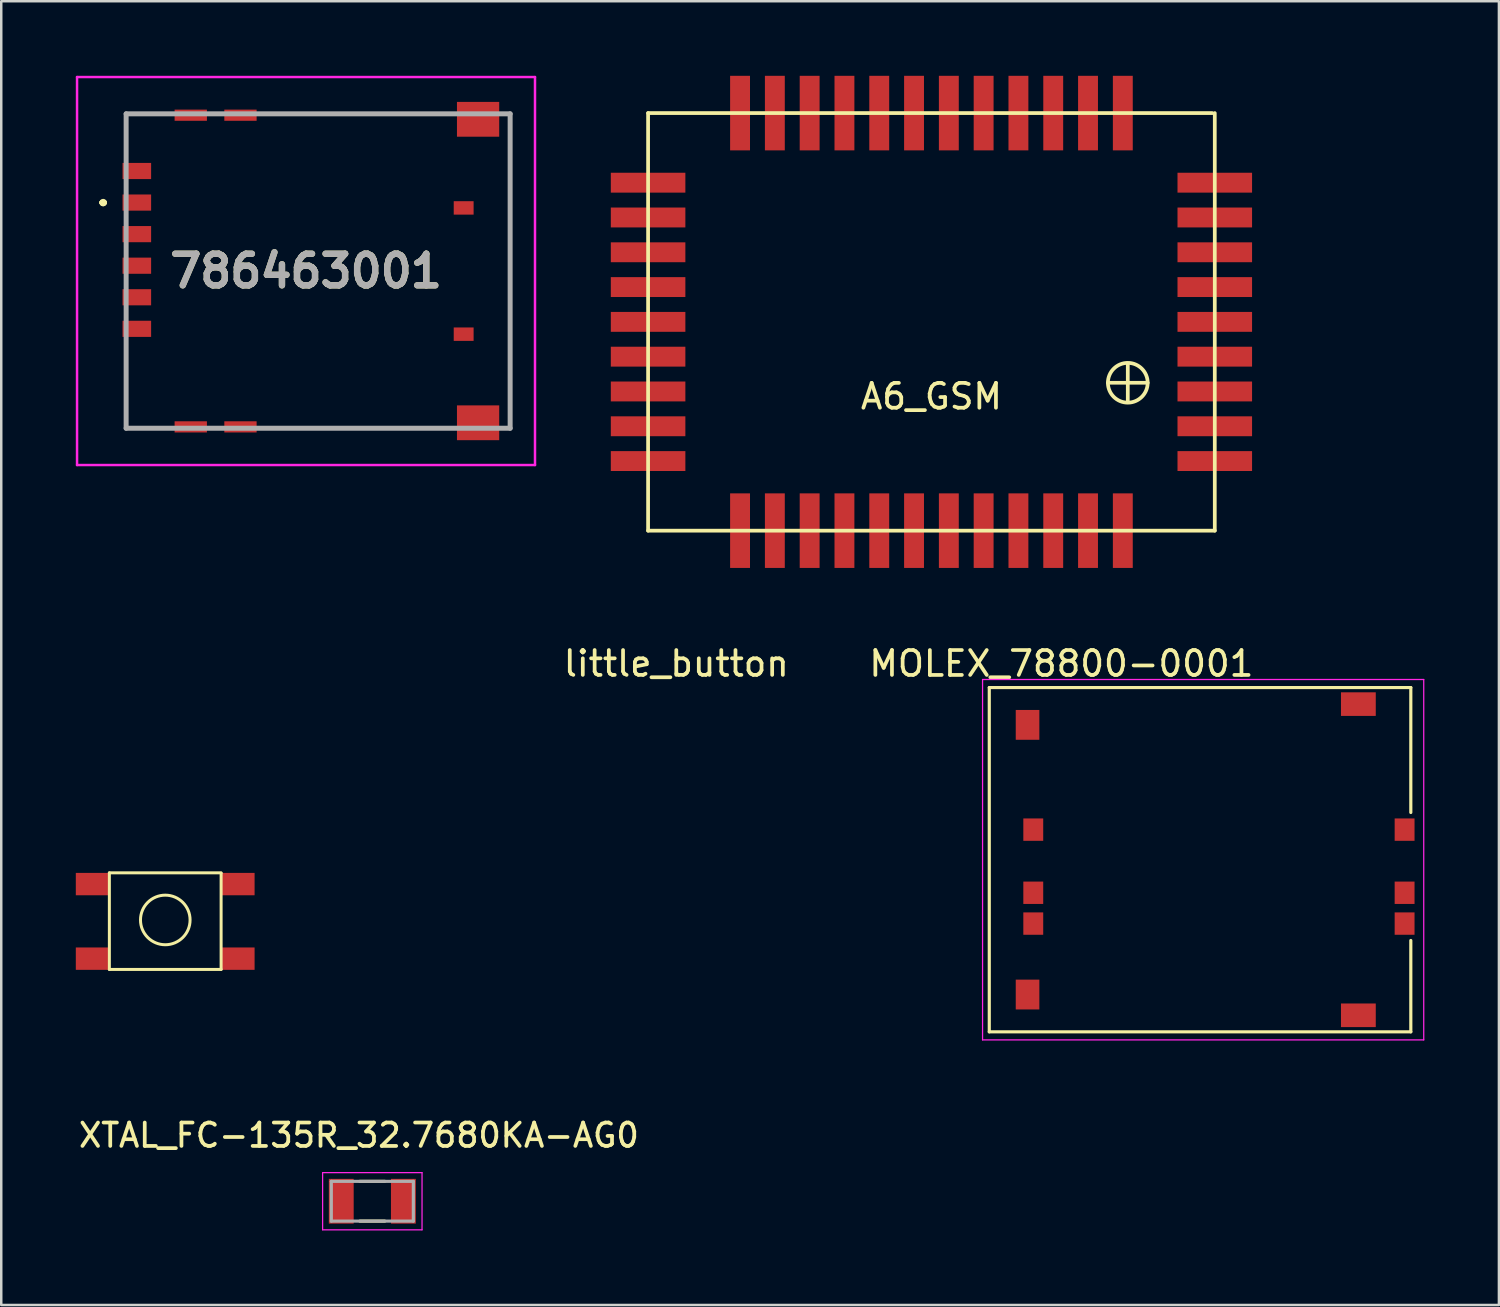
<source format=kicad_pcb>
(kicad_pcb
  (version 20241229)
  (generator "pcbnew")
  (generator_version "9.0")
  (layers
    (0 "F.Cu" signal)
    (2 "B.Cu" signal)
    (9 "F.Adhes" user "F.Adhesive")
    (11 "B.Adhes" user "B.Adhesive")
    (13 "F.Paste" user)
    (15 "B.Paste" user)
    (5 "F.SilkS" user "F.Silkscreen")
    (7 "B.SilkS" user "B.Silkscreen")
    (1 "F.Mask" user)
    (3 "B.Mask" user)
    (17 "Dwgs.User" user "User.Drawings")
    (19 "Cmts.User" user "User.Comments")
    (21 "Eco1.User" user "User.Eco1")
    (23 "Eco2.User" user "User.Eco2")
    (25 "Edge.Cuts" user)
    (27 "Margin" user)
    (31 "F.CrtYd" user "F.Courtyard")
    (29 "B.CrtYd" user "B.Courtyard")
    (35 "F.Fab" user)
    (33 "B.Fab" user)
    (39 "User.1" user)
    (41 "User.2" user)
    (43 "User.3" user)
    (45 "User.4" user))
  (footprint "A6_GSM"
    (layer "F.Cu")
    (at 34.425 9.9)
    (property "Reference" "A6_GSM" (at 0 3 0) (layer "F.SilkS") (effects (font (size 1 1) (thickness 0.15))))
    (attr through_hole)
    (fp_line (start -11.4 -8.4) (end 11.3 -8.4) (stroke (width 0.15) (type solid)) (layer "F.SilkS"))
    (fp_line (start -11.4 8.4) (end -11.4 -8.4) (stroke (width 0.15) (type solid)) (layer "F.SilkS"))
    (fp_line (start 7.1 2.45) (end 8.7 2.45) (stroke (width 0.15) (type solid)) (layer "F.SilkS"))
    (fp_line (start 7.9 1.7) (end 7.9 3.2) (stroke (width 0.15) (type solid)) (layer "F.SilkS"))
    (fp_line (start 11.4 -8.4) (end 11.4 8.4) (stroke (width 0.15) (type solid)) (layer "F.SilkS"))
    (fp_line (start 11.4 8.4) (end -11.4 8.4) (stroke (width 0.15) (type solid)) (layer "F.SilkS"))
    (fp_circle (center 7.9 2.45) (end 7.9 3.25) (stroke (width 0.15) (type solid)) (fill no) (layer "F.SilkS"))
    (pad "1" smd rect (at 7.7 -8.4) (size 0.8 3) (layers "F.Cu" "F.Mask" "F.Paste"))
    (pad "2" smd rect (at 6.3 -8.4) (size 0.8 3) (layers "F.Cu" "F.Mask" "F.Paste"))
    (pad "3" smd rect (at 4.9 -8.4) (size 0.8 3) (layers "F.Cu" "F.Mask" "F.Paste"))
    (pad "4" smd rect (at 3.5 -8.4) (size 0.8 3) (layers "F.Cu" "F.Mask" "F.Paste"))
    (pad "5" smd rect (at 2.1 -8.4) (size 0.8 3) (layers "F.Cu" "F.Mask" "F.Paste"))
    (pad "6" smd rect (at 0.7 -8.4) (size 0.8 3) (layers "F.Cu" "F.Mask" "F.Paste"))
    (pad "7" smd rect (at -0.7 -8.4) (size 0.8 3) (layers "F.Cu" "F.Mask" "F.Paste"))
    (pad "8" smd rect (at -2.1 -8.4) (size 0.8 3) (layers "F.Cu" "F.Mask" "F.Paste"))
    (pad "9" smd rect (at -3.5 -8.4) (size 0.8 3) (layers "F.Cu" "F.Mask" "F.Paste"))
    (pad "10" smd rect (at -4.9 -8.4) (size 0.8 3) (layers "F.Cu" "F.Mask" "F.Paste"))
    (pad "11" smd rect (at -6.3 -8.4) (size 0.8 3) (layers "F.Cu" "F.Mask" "F.Paste"))
    (pad "12" smd rect (at -7.7 -8.4) (size 0.8 3) (layers "F.Cu" "F.Mask" "F.Paste"))
    (pad "13" smd rect (at -11.4 -5.6 90) (size 0.8 3) (layers "F.Cu" "F.Mask" "F.Paste"))
    (pad "14" smd rect (at -11.4 -4.2 90) (size 0.8 3) (layers "F.Cu" "F.Mask" "F.Paste"))
    (pad "15" smd rect (at -11.4 -2.8 90) (size 0.8 3) (layers "F.Cu" "F.Mask" "F.Paste"))
    (pad "16" smd rect (at -11.4 -1.4 90) (size 0.8 3) (layers "F.Cu" "F.Mask" "F.Paste"))
    (pad "17" smd rect (at -11.4 0 90) (size 0.8 3) (layers "F.Cu" "F.Mask" "F.Paste"))
    (pad "18" smd rect (at -11.4 1.4 90) (size 0.8 3) (layers "F.Cu" "F.Mask" "F.Paste"))
    (pad "19" smd rect (at -11.4 2.8 90) (size 0.8 3) (layers "F.Cu" "F.Mask" "F.Paste"))
    (pad "20" smd rect (at -11.4 4.2 90) (size 0.8 3) (layers "F.Cu" "F.Mask" "F.Paste"))
    (pad "21" smd rect (at -11.4 5.6 90) (size 0.8 3) (layers "F.Cu" "F.Mask" "F.Paste"))
    (pad "22" smd rect (at -7.7 8.4 180) (size 0.8 3) (layers "F.Cu" "F.Mask" "F.Paste"))
    (pad "23" smd rect (at -6.3 8.4 180) (size 0.8 3) (layers "F.Cu" "F.Mask" "F.Paste"))
    (pad "24" smd rect (at -4.9 8.4 180) (size 0.8 3) (layers "F.Cu" "F.Mask" "F.Paste"))
    (pad "25" smd rect (at -3.5 8.4 180) (size 0.8 3) (layers "F.Cu" "F.Mask" "F.Paste"))
    (pad "26" smd rect (at -2.1 8.4 180) (size 0.8 3) (layers "F.Cu" "F.Mask" "F.Paste"))
    (pad "27" smd rect (at -0.7 8.4 180) (size 0.8 3) (layers "F.Cu" "F.Mask" "F.Paste"))
    (pad "28" smd rect (at 0.7 8.4 180) (size 0.8 3) (layers "F.Cu" "F.Mask" "F.Paste"))
    (pad "29" smd rect (at 2.1 8.4 180) (size 0.8 3) (layers "F.Cu" "F.Mask" "F.Paste"))
    (pad "30" smd rect (at 3.5 8.4 180) (size 0.8 3) (layers "F.Cu" "F.Mask" "F.Paste"))
    (pad "31" smd rect (at 4.9 8.4 180) (size 0.8 3) (layers "F.Cu" "F.Mask" "F.Paste"))
    (pad "32" smd rect (at 6.3 8.4 180) (size 0.8 3) (layers "F.Cu" "F.Mask" "F.Paste"))
    (pad "33" smd rect (at 7.7 8.4 180) (size 0.8 3) (layers "F.Cu" "F.Mask" "F.Paste"))
    (pad "34" smd rect (at 11.4 5.6 90) (size 0.8 3) (layers "F.Cu" "F.Mask" "F.Paste"))
    (pad "35" smd rect (at 11.4 4.2 90) (size 0.8 3) (layers "F.Cu" "F.Mask" "F.Paste"))
    (pad "36" smd rect (at 11.4 2.8 90) (size 0.8 3) (layers "F.Cu" "F.Mask" "F.Paste"))
    (pad "37" smd rect (at 11.4 1.4 90) (size 0.8 3) (layers "F.Cu" "F.Mask" "F.Paste"))
    (pad "38" smd rect (at 11.4 0 90) (size 0.8 3) (layers "F.Cu" "F.Mask" "F.Paste"))
    (pad "39" smd rect (at 11.4 -1.4 90) (size 0.8 3) (layers "F.Cu" "F.Mask" "F.Paste"))
    (pad "40" smd rect (at 11.4 -2.8 90) (size 0.8 3) (layers "F.Cu" "F.Mask" "F.Paste"))
    (pad "41" smd rect (at 11.4 -4.2 90) (size 0.8 3) (layers "F.Cu" "F.Mask" "F.Paste"))
    (pad "42" smd rect (at 11.4 -5.6 90) (size 0.8 3) (layers "F.Cu" "F.Mask" "F.Paste")))
  (footprint "MOLEX_78800-0001"
    (layer "F.Cu")
    (at 45.232 31.539)
    (property "Reference" "MOLEX_78800-0001" (at -5.579 -7.89 0) (layer "F.SilkS") (effects (font (size 1.001 1.001) (thickness 0.15))))
    (attr through_hole)
    (fp_line (start -8.48 -6.925) (end 8.48 -6.925) (stroke (width 0.127) (type solid)) (layer "F.SilkS"))
    (fp_line (start -8.48 6.925) (end -8.48 -6.925) (stroke (width 0.127) (type solid)) (layer "F.SilkS"))
    (fp_line (start 8.48 -6.925) (end 8.48 -1.9) (stroke (width 0.127) (type solid)) (layer "F.SilkS"))
    (fp_line (start 8.48 6.925) (end -8.48 6.925) (stroke (width 0.127) (type solid)) (layer "F.SilkS"))
    (fp_line (start 8.48 6.925) (end 8.48 3.25) (stroke (width 0.127) (type solid)) (layer "F.SilkS"))
    (fp_line (start -8.75 -7.25) (end 9 -7.25) (stroke (width 0.05) (type solid)) (layer "F.CrtYd"))
    (fp_line (start -8.75 7.25) (end -8.75 -7.25) (stroke (width 0.05) (type solid)) (layer "F.CrtYd"))
    (fp_line (start 9 -7.25) (end 9 7.25) (stroke (width 0.05) (type solid)) (layer "F.CrtYd"))
    (fp_line (start 9 7.25) (end -8.75 7.25) (stroke (width 0.05) (type solid)) (layer "F.CrtYd"))
    (pad "1" smd rect (at -6.71 2.57) (size 0.8 0.9) (layers "F.Cu" "F.Mask" "F.Paste"))
    (pad "2" smd rect (at -6.71 1.33) (size 0.8 0.9) (layers "F.Cu" "F.Mask" "F.Paste"))
    (pad "3" smd rect (at -6.71 -1.21) (size 0.8 0.9) (layers "F.Cu" "F.Mask" "F.Paste"))
    (pad "5" smd rect (at 8.23 2.57) (size 0.8 0.9) (layers "F.Cu" "F.Mask" "F.Paste"))
    (pad "6" smd rect (at 8.23 1.33) (size 0.8 0.9) (layers "F.Cu" "F.Mask" "F.Paste"))
    (pad "7" smd rect (at 8.23 -1.21) (size 0.8 0.9) (layers "F.Cu" "F.Mask" "F.Paste"))
    (pad "P1" smd rect (at -6.94 -5.425) (size 0.95 1.2) (layers "F.Cu" "F.Mask" "F.Paste"))
    (pad "P2" smd rect (at -6.94 5.425) (size 0.95 1.2) (layers "F.Cu" "F.Mask" "F.Paste"))
    (pad "P3" smd rect (at 6.37 6.26) (size 1.4 0.95) (layers "F.Cu" "F.Mask" "F.Paste"))
    (pad "P4" smd rect (at 6.37 -6.26) (size 1.4 0.95) (layers "F.Cu" "F.Mask" "F.Paste")))
  (footprint "786463001"
    (layer "F.Cu")
    (at 9.75 7.855)
    (property "Reference" "786463001" (at -0.488 0 0) (layer "F.SilkS") (effects (font (size 1.27 1.27) (thickness 0.254))))
    (attr smd)
    (fp_line (start -8.7 -2.755) (end -8.7 -2.755) (stroke (width 0.2) (type solid)) (layer "F.SilkS"))
    (fp_line (start -8.7 -2.755) (end -8.7 -2.755) (stroke (width 0.2) (type solid)) (layer "F.SilkS"))
    (fp_line (start -8.6 -2.755) (end -8.6 -2.755) (stroke (width 0.2) (type solid)) (layer "F.SilkS"))
    (fp_line (start -7.75 6.325) (end -7.75 6.325) (stroke (width 0.1) (type solid)) (layer "F.SilkS"))
    (fp_line (start -7.75 6.325) (end -6.5 6.325) (stroke (width 0.1) (type solid)) (layer "F.SilkS"))
    (fp_line (start -7.725 -6.325) (end -7.725 -6.325) (stroke (width 0.1) (type solid)) (layer "F.SilkS"))
    (fp_line (start -7.725 -6.325) (end -7.725 -6.325) (stroke (width 0.1) (type solid)) (layer "F.SilkS"))
    (fp_line (start -7.725 -6.325) (end -7.725 -5) (stroke (width 0.1) (type solid)) (layer "F.SilkS"))
    (fp_line (start -7.725 -6.325) (end -6.5 -6.325) (stroke (width 0.1) (type solid)) (layer "F.SilkS"))
    (fp_line (start -7.725 -5) (end -7.725 -6.325) (stroke (width 0.1) (type solid)) (layer "F.SilkS"))
    (fp_line (start -7.725 -5) (end -7.725 -5) (stroke (width 0.1) (type solid)) (layer "F.SilkS"))
    (fp_line (start -7.725 3.25) (end -7.725 3.25) (stroke (width 0.1) (type solid)) (layer "F.SilkS"))
    (fp_line (start -7.725 3.25) (end -7.725 6.325) (stroke (width 0.1) (type solid)) (layer "F.SilkS"))
    (fp_line (start -7.725 6.325) (end -7.725 3.25) (stroke (width 0.1) (type solid)) (layer "F.SilkS"))
    (fp_line (start -7.725 6.325) (end -7.725 6.325) (stroke (width 0.1) (type solid)) (layer "F.SilkS"))
    (fp_line (start -6.5 -6.325) (end -7.725 -6.325) (stroke (width 0.1) (type solid)) (layer "F.SilkS"))
    (fp_line (start -6.5 -6.325) (end -6.5 -6.325) (stroke (width 0.1) (type solid)) (layer "F.SilkS"))
    (fp_line (start -6.5 6.325) (end -7.75 6.325) (stroke (width 0.1) (type solid)) (layer "F.SilkS"))
    (fp_line (start -6.5 6.325) (end -6.5 6.325) (stroke (width 0.1) (type solid)) (layer "F.SilkS"))
    (fp_line (start -1.75 -6.325) (end -1.75 -6.325) (stroke (width 0.1) (type solid)) (layer "F.SilkS"))
    (fp_line (start -1.75 -6.325) (end 5 -6.325) (stroke (width 0.1) (type solid)) (layer "F.SilkS"))
    (fp_line (start -1.75 6.325) (end -1.75 6.325) (stroke (width 0.1) (type solid)) (layer "F.SilkS"))
    (fp_line (start -1.75 6.325) (end 5 6.325) (stroke (width 0.1) (type solid)) (layer "F.SilkS"))
    (fp_line (start 5 -6.325) (end -1.75 -6.325) (stroke (width 0.1) (type solid)) (layer "F.SilkS"))
    (fp_line (start 5 -6.325) (end 5 -6.325) (stroke (width 0.1) (type solid)) (layer "F.SilkS"))
    (fp_line (start 5 6.325) (end -1.75 6.325) (stroke (width 0.1) (type solid)) (layer "F.SilkS"))
    (fp_line (start 5 6.325) (end 5 6.325) (stroke (width 0.1) (type solid)) (layer "F.SilkS"))
    (fp_line (start 7.725 -4.75) (end 7.725 -4.75) (stroke (width 0.1) (type solid)) (layer "F.SilkS"))
    (fp_line (start 7.725 -4.75) (end 7.725 4.75) (stroke (width 0.1) (type solid)) (layer "F.SilkS"))
    (fp_line (start 7.725 4.75) (end 7.725 -4.75) (stroke (width 0.1) (type solid)) (layer "F.SilkS"))
    (fp_line (start 7.725 4.75) (end 7.725 4.75) (stroke (width 0.1) (type solid)) (layer "F.SilkS"))
    (fp_arc (start -8.7 -2.755) (mid -8.65 -2.805) (end -8.6 -2.755) (stroke (width 0.2) (type solid)) (layer "F.SilkS"))
    (fp_arc (start -8.6 -2.755) (mid -8.65 -2.705) (end -8.7 -2.755) (stroke (width 0.2) (type solid)) (layer "F.SilkS"))
    (fp_arc (start -8.6 -2.755) (mid -8.65 -2.705) (end -8.7 -2.755) (stroke (width 0.2) (type solid)) (layer "F.SilkS"))
    (fp_line (start -9.7 -7.805) (end 8.725 -7.805) (stroke (width 0.1) (type solid)) (layer "F.CrtYd"))
    (fp_line (start -9.7 7.805) (end -9.7 -7.805) (stroke (width 0.1) (type solid)) (layer "F.CrtYd"))
    (fp_line (start 8.725 -7.805) (end 8.725 7.805) (stroke (width 0.1) (type solid)) (layer "F.CrtYd"))
    (fp_line (start 8.725 7.805) (end -9.7 7.805) (stroke (width 0.1) (type solid)) (layer "F.CrtYd"))
    (fp_line (start -7.725 -6.325) (end -7.725 6.325) (stroke (width 0.2) (type solid)) (layer "F.Fab"))
    (fp_line (start -7.725 6.325) (end 7.725 6.325) (stroke (width 0.2) (type solid)) (layer "F.Fab"))
    (fp_line (start 7.725 -6.325) (end -7.725 -6.325) (stroke (width 0.2) (type solid)) (layer "F.Fab"))
    (fp_line (start 7.725 6.325) (end 7.725 -6.325) (stroke (width 0.2) (type solid)) (layer "F.Fab"))
    (fp_text user "${REFERENCE}" (at -0.488 0 0) (layer "F.Fab") (effects (font (size 1.27 1.27) (thickness 0.254))))
    (pad "C1" smd rect (at -7.295 -2.755 90) (size 0.65 1.15) (layers "F.Cu" "F.Mask" "F.Paste"))
    (pad "C2" smd rect (at -7.295 -0.215 90) (size 0.65 1.15) (layers "F.Cu" "F.Mask" "F.Paste"))
    (pad "C3" smd rect (at -7.295 2.325 90) (size 0.65 1.15) (layers "F.Cu" "F.Mask" "F.Paste"))
    (pad "C5" smd rect (at -7.295 -4.025 90) (size 0.65 1.15) (layers "F.Cu" "F.Mask" "F.Paste"))
    (pad "C6" smd rect (at -7.295 -1.485 90) (size 0.65 1.15) (layers "F.Cu" "F.Mask" "F.Paste"))
    (pad "C7" smd rect (at -7.295 1.055 90) (size 0.65 1.15) (layers "F.Cu" "F.Mask" "F.Paste"))
    (pad "G1" smd rect (at -5.125 -6.27 90) (size 0.45 1.3) (layers "F.Cu" "F.Mask" "F.Paste"))
    (pad "G2" smd rect (at -3.125 -6.27 90) (size 0.45 1.3) (layers "F.Cu" "F.Mask" "F.Paste"))
    (pad "G3" smd rect (at 6.435 -6.105 90) (size 1.4 1.7) (layers "F.Cu" "F.Mask" "F.Paste"))
    (pad "G4" smd rect (at 6.435 6.105 90) (size 1.4 1.7) (layers "F.Cu" "F.Mask" "F.Paste"))
    (pad "G5" smd rect (at -3.125 6.27 90) (size 0.45 1.3) (layers "F.Cu" "F.Mask" "F.Paste"))
    (pad "G6" smd rect (at -5.125 6.27 90) (size 0.45 1.3) (layers "F.Cu" "F.Mask" "F.Paste"))
    (pad "X1" smd rect (at 5.855 -2.54 90) (size 0.54 0.8) (layers "F.Cu" "F.Mask" "F.Paste"))
    (pad "X2" smd rect (at 5.855 2.54 90) (size 0.54 0.8) (layers "F.Cu" "F.Mask" "F.Paste")))
  (footprint "XTAL_FC-135R_32.7680KA-AG0"
    (layer "F.Cu")
    (at 11.93 45.28)
    (property "Reference" "XTAL_FC-135R_32.7680KA-AG0" (at -0.54 -2.653 0) (layer "F.SilkS") (effects (font (size 0.94 0.94) (thickness 0.15))))
    (attr through_hole)
    (fp_line (start -0.5 -0.8) (end 0.5 -0.8) (stroke (width 0.127) (type solid)) (layer "F.SilkS"))
    (fp_line (start -0.5 0.8) (end 0.5 0.8) (stroke (width 0.127) (type solid)) (layer "F.SilkS"))
    (fp_line (start -2 -1.15) (end -2 1.15) (stroke (width 0.05) (type solid)) (layer "F.CrtYd"))
    (fp_line (start -2 1.15) (end 2 1.15) (stroke (width 0.05) (type solid)) (layer "F.CrtYd"))
    (fp_line (start 2 -1.15) (end -2 -1.15) (stroke (width 0.05) (type solid)) (layer "F.CrtYd"))
    (fp_line (start 2 1.15) (end 2 -1.15) (stroke (width 0.05) (type solid)) (layer "F.CrtYd"))
    (fp_line (start -1.65 -0.8) (end 1.65 -0.8) (stroke (width 0.127) (type solid)) (layer "F.Fab"))
    (fp_line (start -1.65 0.8) (end -1.65 -0.8) (stroke (width 0.127) (type solid)) (layer "F.Fab"))
    (fp_line (start 1.65 -0.8) (end 1.65 0.8) (stroke (width 0.127) (type solid)) (layer "F.Fab"))
    (fp_line (start 1.65 0.8) (end -1.65 0.8) (stroke (width 0.127) (type solid)) (layer "F.Fab"))
    (pad "1" smd rect (at -1.25 0) (size 1 1.8) (layers "F.Cu" "F.Mask" "F.Paste"))
    (pad "2" smd rect (at 1.25 0) (size 1 1.8) (layers "F.Cu" "F.Mask" "F.Paste")))
  (footprint "little_button"
    (layer "F.Cu")
    (at 3.59 33.958)
    (property "Reference" "little_button" (at 20.57 -10.31 0) (layer "F.SilkS") (effects (font (size 1 1) (thickness 0.15))))
    (attr through_hole)
    (fp_line (start -2.24 -1.89) (end -2.24 1.996) (stroke (width 0.12) (type solid)) (layer "F.SilkS"))
    (fp_line (start -2.24 -1.89) (end 2.256 -1.89) (stroke (width 0.12) (type solid)) (layer "F.SilkS"))
    (fp_line (start -2.24 1.996) (end 2.256 1.996) (stroke (width 0.12) (type solid)) (layer "F.SilkS"))
    (fp_line (start 2.256 1.996) (end 2.256 -1.875) (stroke (width 0.12) (type solid)) (layer "F.SilkS"))
    (fp_circle (center 0.01 0.005) (end 0.843 0.554) (stroke (width 0.12) (type solid)) (fill no) (layer "F.SilkS"))
    (pad "1" smd rect (at -2.915 1.562 90) (size 0.9 1.35) (layers "F.Cu" "F.Mask" "F.Paste"))
    (pad "1" smd rect (at 2.928 1.562 90) (size 0.9 1.35) (layers "F.Cu" "F.Mask" "F.Paste"))
    (pad "2" smd rect (at -2.915 -1.438 90) (size 0.9 1.35) (layers "F.Cu" "F.Mask" "F.Paste"))
    (pad "2" smd rect (at 2.928 -1.438 90) (size 0.9 1.35) (layers "F.Cu" "F.Mask" "F.Paste")))
  (gr_rect
    (start -3 -3)
    (end 57.257 49.455)
    (stroke (width 0.1) (type default))
    (fill no)
    (layer "Edge.Cuts")))
</source>
